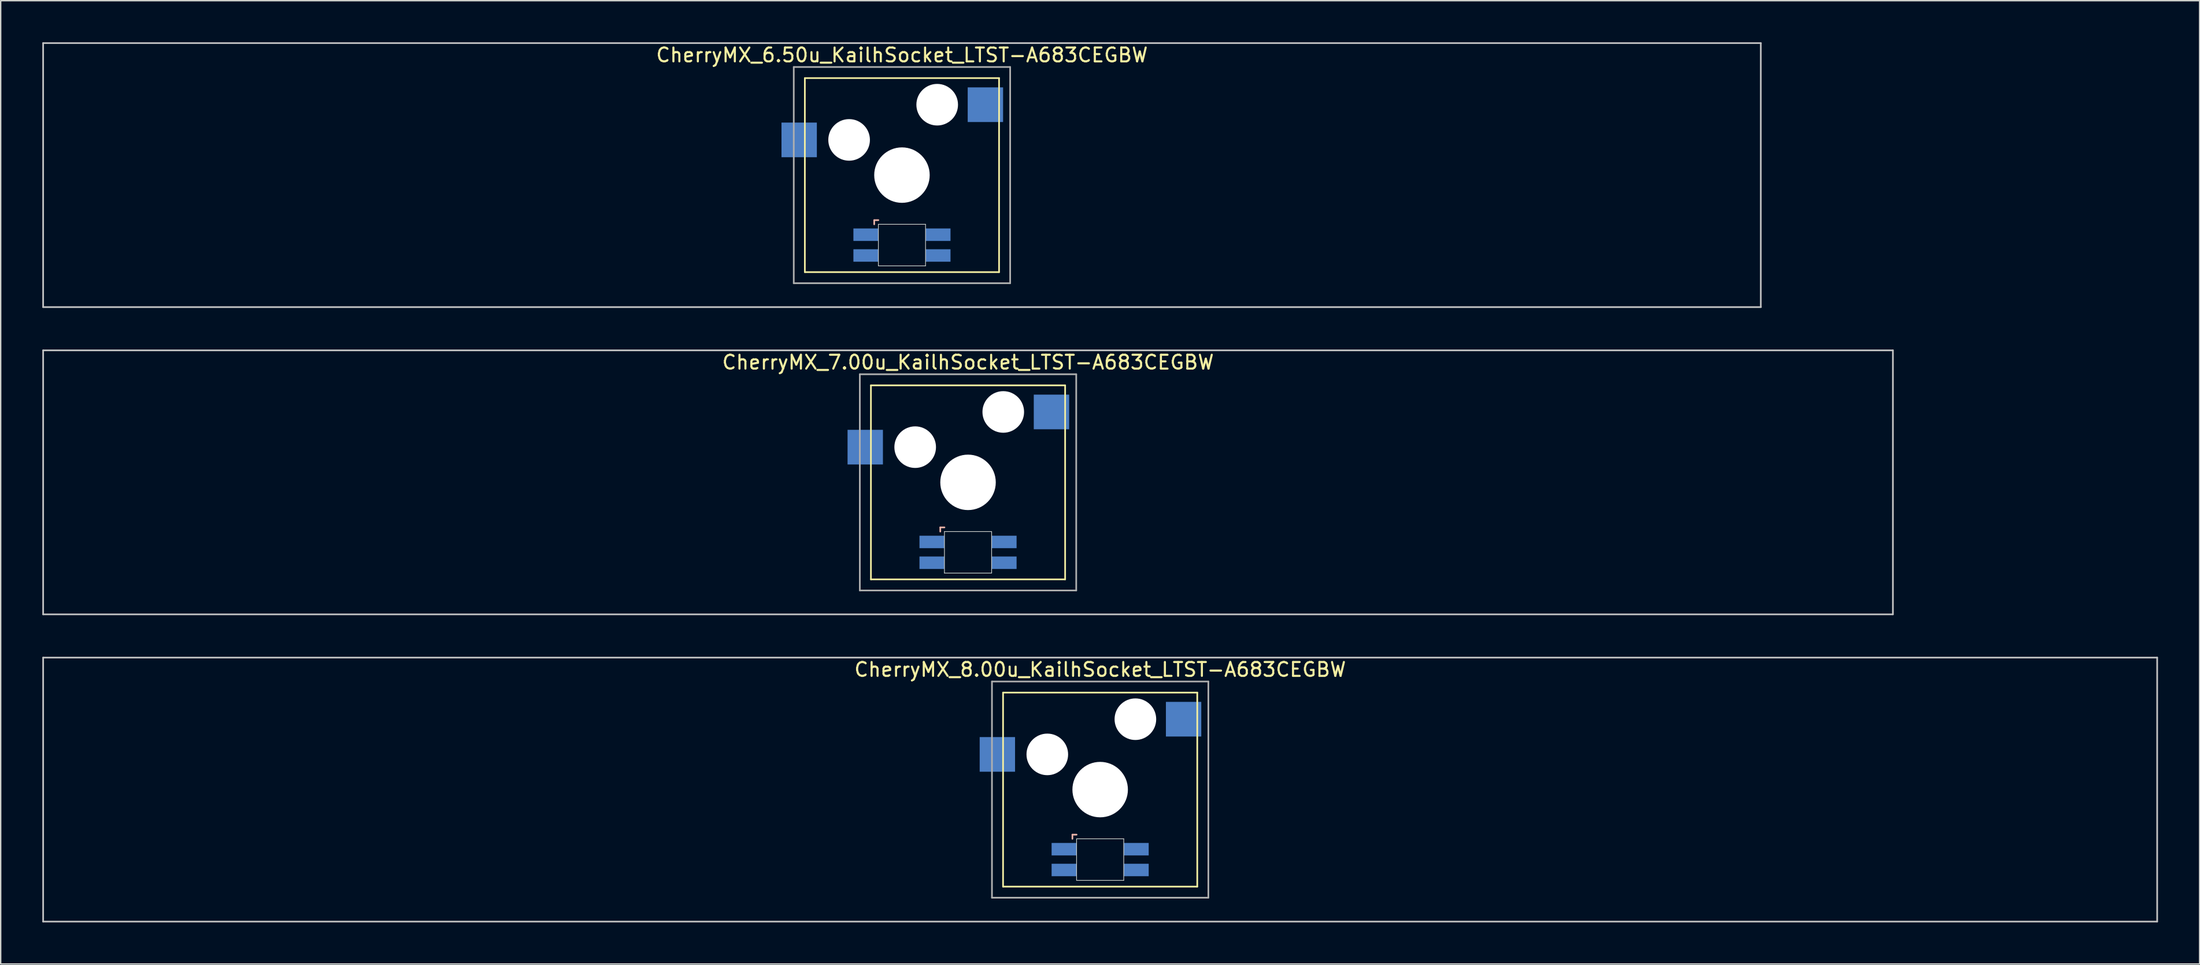
<source format=kicad_pcb>
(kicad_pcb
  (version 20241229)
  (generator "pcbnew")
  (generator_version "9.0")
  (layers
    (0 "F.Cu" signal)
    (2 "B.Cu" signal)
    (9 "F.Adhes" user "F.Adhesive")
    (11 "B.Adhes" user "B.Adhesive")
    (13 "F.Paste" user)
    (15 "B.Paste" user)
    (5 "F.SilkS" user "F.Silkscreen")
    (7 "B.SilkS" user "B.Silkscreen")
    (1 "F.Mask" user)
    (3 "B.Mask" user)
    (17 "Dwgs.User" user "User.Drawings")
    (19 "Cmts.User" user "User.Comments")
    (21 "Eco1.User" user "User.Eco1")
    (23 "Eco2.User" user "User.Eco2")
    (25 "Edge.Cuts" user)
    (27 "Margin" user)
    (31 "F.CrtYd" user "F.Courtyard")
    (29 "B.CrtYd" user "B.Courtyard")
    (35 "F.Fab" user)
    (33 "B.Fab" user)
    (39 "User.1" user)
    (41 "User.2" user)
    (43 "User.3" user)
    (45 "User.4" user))
  (footprint "CherryMX_7.00u_KailhSocket_LTST-A683CEGBW"
    (layer "F.Cu")
    (at 66.735 31.755)
    (property "Reference" "CherryMX_7.00u_KailhSocket_LTST-A683CEGBW" (at 0 -8.662 0) (layer "F.SilkS") (effects (font (size 1 1) (thickness 0.15))))
    (attr through_hole)
    (fp_line (start -7 -7) (end -7 7) (stroke (width 0.12) (type solid)) (layer "F.SilkS"))
    (fp_line (start -7 -7) (end 7 -7) (stroke (width 0.12) (type solid)) (layer "F.SilkS"))
    (fp_line (start 7 -7) (end 7 7) (stroke (width 0.12) (type solid)) (layer "F.SilkS"))
    (fp_line (start 7 7) (end -7 7) (stroke (width 0.12) (type solid)) (layer "F.SilkS"))
    (fp_line (start -2 3.25) (end -2 3.55) (stroke (width 0.12) (type solid)) (layer "B.SilkS"))
    (fp_line (start -1.7 3.25) (end -2 3.25) (stroke (width 0.12) (type solid)) (layer "B.SilkS"))
    (fp_line (start -66.675 -9.525) (end 66.675 -9.525) (stroke (width 0.12) (type solid)) (layer "Dwgs.User"))
    (fp_line (start -66.675 9.525) (end -66.675 -9.525) (stroke (width 0.12) (type solid)) (layer "Dwgs.User"))
    (fp_line (start 66.675 -9.525) (end 66.675 9.525) (stroke (width 0.12) (type solid)) (layer "Dwgs.User"))
    (fp_line (start 66.675 9.525) (end -66.675 9.525) (stroke (width 0.12) (type solid)) (layer "Dwgs.User"))
    (fp_line (start -1.7 3.55) (end 1.7 3.55) (stroke (width 0.05) (type solid)) (layer "Edge.Cuts"))
    (fp_line (start -1.7 6.55) (end -1.7 3.55) (stroke (width 0.05) (type solid)) (layer "Edge.Cuts"))
    (fp_line (start 1.7 3.55) (end 1.7 6.55) (stroke (width 0.05) (type solid)) (layer "Edge.Cuts"))
    (fp_line (start 1.7 6.55) (end -1.7 6.55) (stroke (width 0.05) (type solid)) (layer "Edge.Cuts"))
    (fp_line (start -7.8 -7.8) (end -7.8 7.8) (stroke (width 0.12) (type solid)) (layer "F.Fab"))
    (fp_line (start -7.8 -7.8) (end 7.8 -7.8) (stroke (width 0.12) (type solid)) (layer "F.Fab"))
    (fp_line (start -7.8 7.8) (end 7.8 7.8) (stroke (width 0.12) (type solid)) (layer "F.Fab"))
    (fp_line (start 7.8 -7.8) (end 7.8 7.8) (stroke (width 0.12) (type solid)) (layer "F.Fab"))
    (pad "" np_thru_hole circle (at -3.81 -2.54) (size 3 3) (drill 3) (layers "*.Cu" "*.Mask"))
    (pad "" np_thru_hole circle (at 0 0) (size 4 4) (drill 4) (layers "*.Cu" "*.Mask"))
    (pad "" np_thru_hole circle (at 2.54 -5.08) (size 3 3) (drill 3) (layers "*.Cu" "*.Mask"))
    (pad "1" smd rect (at -7.41 -2.54) (size 2.55 2.5) (layers "B.Cu" "B.Mask" "B.Paste"))
    (pad "2" smd rect (at 6.015 -5.08) (size 2.55 2.5) (layers "B.Cu" "B.Mask" "B.Paste"))
    (pad "3" smd rect (at -2.6 4.3) (size 1.8 0.9) (layers "B.Cu" "B.Mask" "B.Paste"))
    (pad "4" smd rect (at -2.6 5.8) (size 1.8 0.9) (layers "B.Cu" "B.Mask" "B.Paste"))
    (pad "5" smd rect (at 2.6 4.3) (size 1.8 0.9) (layers "B.Cu" "B.Mask" "B.Paste"))
    (pad "6" smd rect (at 2.6 5.8) (size 1.8 0.9) (layers "B.Cu" "B.Mask" "B.Paste")))
  (footprint "CherryMX_8.00u_KailhSocket_LTST-A683CEGBW"
    (layer "F.Cu")
    (at 76.26 53.925)
    (property "Reference" "CherryMX_8.00u_KailhSocket_LTST-A683CEGBW" (at 0 -8.662 0) (layer "F.SilkS") (effects (font (size 1 1) (thickness 0.15))))
    (attr through_hole)
    (fp_line (start -7 -7) (end -7 7) (stroke (width 0.12) (type solid)) (layer "F.SilkS"))
    (fp_line (start -7 -7) (end 7 -7) (stroke (width 0.12) (type solid)) (layer "F.SilkS"))
    (fp_line (start 7 -7) (end 7 7) (stroke (width 0.12) (type solid)) (layer "F.SilkS"))
    (fp_line (start 7 7) (end -7 7) (stroke (width 0.12) (type solid)) (layer "F.SilkS"))
    (fp_line (start -2 3.25) (end -2 3.55) (stroke (width 0.12) (type solid)) (layer "B.SilkS"))
    (fp_line (start -1.7 3.25) (end -2 3.25) (stroke (width 0.12) (type solid)) (layer "B.SilkS"))
    (fp_line (start -76.2 -9.525) (end 76.2 -9.525) (stroke (width 0.12) (type solid)) (layer "Dwgs.User"))
    (fp_line (start -76.2 9.525) (end -76.2 -9.525) (stroke (width 0.12) (type solid)) (layer "Dwgs.User"))
    (fp_line (start 76.2 -9.525) (end 76.2 9.525) (stroke (width 0.12) (type solid)) (layer "Dwgs.User"))
    (fp_line (start 76.2 9.525) (end -76.2 9.525) (stroke (width 0.12) (type solid)) (layer "Dwgs.User"))
    (fp_line (start -1.7 3.55) (end 1.7 3.55) (stroke (width 0.05) (type solid)) (layer "Edge.Cuts"))
    (fp_line (start -1.7 6.55) (end -1.7 3.55) (stroke (width 0.05) (type solid)) (layer "Edge.Cuts"))
    (fp_line (start 1.7 3.55) (end 1.7 6.55) (stroke (width 0.05) (type solid)) (layer "Edge.Cuts"))
    (fp_line (start 1.7 6.55) (end -1.7 6.55) (stroke (width 0.05) (type solid)) (layer "Edge.Cuts"))
    (fp_line (start -7.8 -7.8) (end -7.8 7.8) (stroke (width 0.12) (type solid)) (layer "F.Fab"))
    (fp_line (start -7.8 -7.8) (end 7.8 -7.8) (stroke (width 0.12) (type solid)) (layer "F.Fab"))
    (fp_line (start -7.8 7.8) (end 7.8 7.8) (stroke (width 0.12) (type solid)) (layer "F.Fab"))
    (fp_line (start 7.8 -7.8) (end 7.8 7.8) (stroke (width 0.12) (type solid)) (layer "F.Fab"))
    (pad "" np_thru_hole circle (at -3.81 -2.54) (size 3 3) (drill 3) (layers "*.Cu" "*.Mask"))
    (pad "" np_thru_hole circle (at 0 0) (size 4 4) (drill 4) (layers "*.Cu" "*.Mask"))
    (pad "" np_thru_hole circle (at 2.54 -5.08) (size 3 3) (drill 3) (layers "*.Cu" "*.Mask"))
    (pad "1" smd rect (at -7.41 -2.54) (size 2.55 2.5) (layers "B.Cu" "B.Mask" "B.Paste"))
    (pad "2" smd rect (at 6.015 -5.08) (size 2.55 2.5) (layers "B.Cu" "B.Mask" "B.Paste"))
    (pad "3" smd rect (at -2.6 4.3) (size 1.8 0.9) (layers "B.Cu" "B.Mask" "B.Paste"))
    (pad "4" smd rect (at -2.6 5.8) (size 1.8 0.9) (layers "B.Cu" "B.Mask" "B.Paste"))
    (pad "5" smd rect (at 2.6 4.3) (size 1.8 0.9) (layers "B.Cu" "B.Mask" "B.Paste"))
    (pad "6" smd rect (at 2.6 5.8) (size 1.8 0.9) (layers "B.Cu" "B.Mask" "B.Paste")))
  (footprint "CherryMX_6.50u_KailhSocket_LTST-A683CEGBW"
    (layer "F.Cu")
    (at 61.972 9.585)
    (property "Reference" "CherryMX_6.50u_KailhSocket_LTST-A683CEGBW" (at 0 -8.662 0) (layer "F.SilkS") (effects (font (size 1 1) (thickness 0.15))))
    (attr through_hole)
    (fp_line (start -7 -7) (end -7 7) (stroke (width 0.12) (type solid)) (layer "F.SilkS"))
    (fp_line (start -7 -7) (end 7 -7) (stroke (width 0.12) (type solid)) (layer "F.SilkS"))
    (fp_line (start 7 -7) (end 7 7) (stroke (width 0.12) (type solid)) (layer "F.SilkS"))
    (fp_line (start 7 7) (end -7 7) (stroke (width 0.12) (type solid)) (layer "F.SilkS"))
    (fp_line (start -2 3.25) (end -2 3.55) (stroke (width 0.12) (type solid)) (layer "B.SilkS"))
    (fp_line (start -1.7 3.25) (end -2 3.25) (stroke (width 0.12) (type solid)) (layer "B.SilkS"))
    (fp_line (start -61.913 -9.525) (end 61.913 -9.525) (stroke (width 0.12) (type solid)) (layer "Dwgs.User"))
    (fp_line (start -61.913 9.525) (end -61.913 -9.525) (stroke (width 0.12) (type solid)) (layer "Dwgs.User"))
    (fp_line (start 61.913 -9.525) (end 61.913 9.525) (stroke (width 0.12) (type solid)) (layer "Dwgs.User"))
    (fp_line (start 61.913 9.525) (end -61.913 9.525) (stroke (width 0.12) (type solid)) (layer "Dwgs.User"))
    (fp_line (start -1.7 3.55) (end 1.7 3.55) (stroke (width 0.05) (type solid)) (layer "Edge.Cuts"))
    (fp_line (start -1.7 6.55) (end -1.7 3.55) (stroke (width 0.05) (type solid)) (layer "Edge.Cuts"))
    (fp_line (start 1.7 3.55) (end 1.7 6.55) (stroke (width 0.05) (type solid)) (layer "Edge.Cuts"))
    (fp_line (start 1.7 6.55) (end -1.7 6.55) (stroke (width 0.05) (type solid)) (layer "Edge.Cuts"))
    (fp_line (start -7.8 -7.8) (end -7.8 7.8) (stroke (width 0.12) (type solid)) (layer "F.Fab"))
    (fp_line (start -7.8 -7.8) (end 7.8 -7.8) (stroke (width 0.12) (type solid)) (layer "F.Fab"))
    (fp_line (start -7.8 7.8) (end 7.8 7.8) (stroke (width 0.12) (type solid)) (layer "F.Fab"))
    (fp_line (start 7.8 -7.8) (end 7.8 7.8) (stroke (width 0.12) (type solid)) (layer "F.Fab"))
    (pad "" np_thru_hole circle (at -3.81 -2.54) (size 3 3) (drill 3) (layers "*.Cu" "*.Mask"))
    (pad "" np_thru_hole circle (at 0 0) (size 4 4) (drill 4) (layers "*.Cu" "*.Mask"))
    (pad "" np_thru_hole circle (at 2.54 -5.08) (size 3 3) (drill 3) (layers "*.Cu" "*.Mask"))
    (pad "1" smd rect (at -7.41 -2.54) (size 2.55 2.5) (layers "B.Cu" "B.Mask" "B.Paste"))
    (pad "2" smd rect (at 6.015 -5.08) (size 2.55 2.5) (layers "B.Cu" "B.Mask" "B.Paste"))
    (pad "3" smd rect (at -2.6 4.3) (size 1.8 0.9) (layers "B.Cu" "B.Mask" "B.Paste"))
    (pad "4" smd rect (at -2.6 5.8) (size 1.8 0.9) (layers "B.Cu" "B.Mask" "B.Paste"))
    (pad "5" smd rect (at 2.6 4.3) (size 1.8 0.9) (layers "B.Cu" "B.Mask" "B.Paste"))
    (pad "6" smd rect (at 2.6 5.8) (size 1.8 0.9) (layers "B.Cu" "B.Mask" "B.Paste")))
  (gr_rect
    (start -3 -3)
    (end 155.52 66.51)
    (stroke (width 0.1) (type default))
    (fill no)
    (layer "Edge.Cuts")))
</source>
